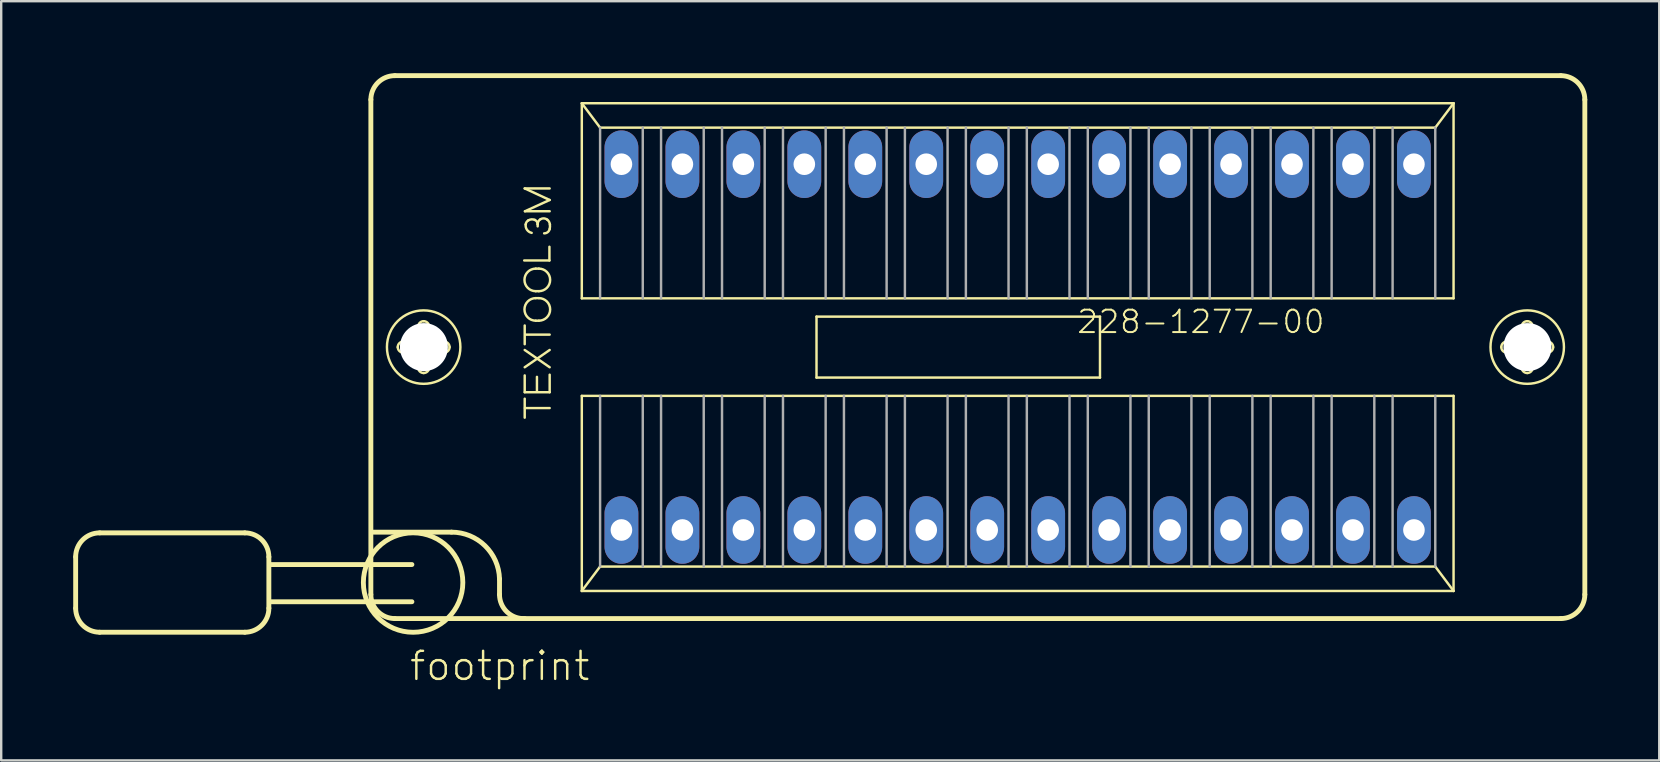
<source format=kicad_pcb>
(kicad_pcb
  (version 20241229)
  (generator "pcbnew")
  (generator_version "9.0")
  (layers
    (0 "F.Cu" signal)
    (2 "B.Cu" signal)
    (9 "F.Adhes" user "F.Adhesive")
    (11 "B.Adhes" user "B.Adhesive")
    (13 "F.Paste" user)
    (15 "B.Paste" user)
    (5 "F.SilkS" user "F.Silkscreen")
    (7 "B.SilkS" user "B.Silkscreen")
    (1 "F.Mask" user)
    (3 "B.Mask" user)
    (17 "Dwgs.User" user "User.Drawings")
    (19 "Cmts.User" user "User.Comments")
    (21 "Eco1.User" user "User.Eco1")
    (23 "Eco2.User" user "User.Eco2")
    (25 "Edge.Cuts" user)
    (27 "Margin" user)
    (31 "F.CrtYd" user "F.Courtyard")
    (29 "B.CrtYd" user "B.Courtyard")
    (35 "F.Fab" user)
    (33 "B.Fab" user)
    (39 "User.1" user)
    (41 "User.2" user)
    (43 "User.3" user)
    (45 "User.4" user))
  (footprint "footprint"
    (layer "F.Cu")
    (at 39.352 11.412)
    (property "Reference" "footprint" (at -25.4 13.97 0) (layer "F.SilkS") (effects (font (size 1.168 1.168) (thickness 0.102)) (justify left bottom)))
    (fp_line (start -39.25 8.74) (end -39.25 10.88) (stroke (width 0.203) (type solid)) (layer "F.SilkS"))
    (fp_line (start -38.25 7.74) (end -32.2 7.74) (stroke (width 0.203) (type solid)) (layer "F.SilkS"))
    (fp_line (start -32.2 11.88) (end -38.25 11.88) (stroke (width 0.203) (type solid)) (layer "F.SilkS"))
    (fp_line (start -31.2 8.74) (end -31.2 10.88) (stroke (width 0.203) (type solid)) (layer "F.SilkS"))
    (fp_line (start -26.95 10.31) (end -26.95 -10.31) (stroke (width 0.203) (type solid)) (layer "F.SilkS"))
    (fp_line (start -26.84 7.71) (end -23.59 7.71) (stroke (width 0.203) (type solid)) (layer "F.SilkS"))
    (fp_line (start -25.95 -11.31) (end 22.63 -11.31) (stroke (width 0.203) (type solid)) (layer "F.SilkS"))
    (fp_line (start -25.6 -0.23) (end -25.05 -0.23) (stroke (width 0.102) (type solid)) (layer "F.SilkS"))
    (fp_line (start -25.24 9.06) (end -31.15 9.06) (stroke (width 0.203) (type solid)) (layer "F.SilkS"))
    (fp_line (start -25.24 10.61) (end -31.15 10.61) (stroke (width 0.203) (type solid)) (layer "F.SilkS"))
    (fp_line (start -25.06 0.23) (end -25.6 0.23) (stroke (width 0.102) (type solid)) (layer "F.SilkS"))
    (fp_line (start -24.98 -0.31) (end -24.98 -0.85) (stroke (width 0.102) (type solid)) (layer "F.SilkS"))
    (fp_line (start -24.98 0.85) (end -24.98 0.3) (stroke (width 0.102) (type solid)) (layer "F.SilkS"))
    (fp_line (start -24.52 -0.85) (end -24.52 -0.3) (stroke (width 0.102) (type solid)) (layer "F.SilkS"))
    (fp_line (start -24.52 0.31) (end -24.52 0.85) (stroke (width 0.102) (type solid)) (layer "F.SilkS"))
    (fp_line (start -24.44 -0.23) (end -23.9 -0.23) (stroke (width 0.102) (type solid)) (layer "F.SilkS"))
    (fp_line (start -23.9 0.23) (end -24.45 0.23) (stroke (width 0.102) (type solid)) (layer "F.SilkS"))
    (fp_line (start -21.59 9.66) (end -21.59 10.31) (stroke (width 0.203) (type solid)) (layer "F.SilkS"))
    (fp_line (start -20.56 -3.61) (end -19.51 -3.61) (stroke (width 0.102) (type solid)) (layer "F.SilkS"))
    (fp_line (start -20.54 -6.61) (end -19.5 -6.61) (stroke (width 0.102) (type solid)) (layer "F.SilkS"))
    (fp_line (start -20.54 -0.12) (end -20.54 -0.9) (stroke (width 0.102) (type solid)) (layer "F.SilkS"))
    (fp_line (start -20.54 0.12) (end -19.5 0.84) (stroke (width 0.102) (type solid)) (layer "F.SilkS"))
    (fp_line (start -20.54 0.84) (end -19.5 0.12) (stroke (width 0.102) (type solid)) (layer "F.SilkS"))
    (fp_line (start -20.54 1.18) (end -20.54 1.88) (stroke (width 0.102) (type solid)) (layer "F.SilkS"))
    (fp_line (start -20.54 1.88) (end -19.5 1.88) (stroke (width 0.102) (type solid)) (layer "F.SilkS"))
    (fp_line (start -20.54 2.94) (end -20.54 2.15) (stroke (width 0.102) (type solid)) (layer "F.SilkS"))
    (fp_line (start -20.53 -5.66) (end -19.5 -6.13) (stroke (width 0.102) (type solid)) (layer "F.SilkS"))
    (fp_line (start -20.53 2.54) (end -19.5 2.54) (stroke (width 0.102) (type solid)) (layer "F.SilkS"))
    (fp_line (start -20.52 -0.52) (end -19.5 -0.52) (stroke (width 0.102) (type solid)) (layer "F.SilkS"))
    (fp_line (start -20.08 -3.27) (end -19.95 -3.27) (stroke (width 0.102) (type solid)) (layer "F.SilkS"))
    (fp_line (start -20.08 -2.33) (end -19.95 -2.33) (stroke (width 0.102) (type solid)) (layer "F.SilkS"))
    (fp_line (start -20.08 -2.04) (end -19.95 -2.04) (stroke (width 0.102) (type solid)) (layer "F.SilkS"))
    (fp_line (start -20.08 -1.1) (end -19.95 -1.1) (stroke (width 0.102) (type solid)) (layer "F.SilkS"))
    (fp_line (start -20.03 1.24) (end -20.03 1.84) (stroke (width 0.102) (type solid)) (layer "F.SilkS"))
    (fp_line (start -20 -5.03) (end -20 -5.12) (stroke (width 0.102) (type solid)) (layer "F.SilkS"))
    (fp_line (start -19.51 -3.61) (end -19.51 -4.18) (stroke (width 0.102) (type solid)) (layer "F.SilkS"))
    (fp_line (start -19.5 -6.13) (end -20.54 -6.61) (stroke (width 0.102) (type solid)) (layer "F.SilkS"))
    (fp_line (start -19.5 -5.66) (end -20.53 -5.66) (stroke (width 0.102) (type solid)) (layer "F.SilkS"))
    (fp_line (start -19.5 1.88) (end -19.5 1.15) (stroke (width 0.102) (type solid)) (layer "F.SilkS"))
    (fp_line (start -18.161 -10.16) (end 18.161 -10.16) (stroke (width 0.102) (type solid)) (layer "F.SilkS"))
    (fp_line (start -18.161 -2.032) (end -18.161 -10.16) (stroke (width 0.102) (type solid)) (layer "F.SilkS"))
    (fp_line (start -18.161 2.032) (end 18.161 2.032) (stroke (width 0.102) (type solid)) (layer "F.SilkS"))
    (fp_line (start -18.161 10.16) (end -18.161 2.032) (stroke (width 0.102) (type solid)) (layer "F.SilkS"))
    (fp_line (start -18.161 10.16) (end -17.399 9.144) (stroke (width 0.102) (type solid)) (layer "F.SilkS"))
    (fp_line (start -17.399 -9.144) (end -18.161 -10.16) (stroke (width 0.102) (type solid)) (layer "F.SilkS"))
    (fp_line (start -17.399 9.144) (end 17.399 9.144) (stroke (width 0.102) (type solid)) (layer "F.SilkS"))
    (fp_line (start -8.382 -1.27) (end 3.429 -1.27) (stroke (width 0.102) (type solid)) (layer "F.SilkS"))
    (fp_line (start -8.382 1.27) (end -8.382 -1.27) (stroke (width 0.102) (type solid)) (layer "F.SilkS"))
    (fp_line (start 3.429 -1.27) (end 3.429 1.27) (stroke (width 0.102) (type solid)) (layer "F.SilkS"))
    (fp_line (start 3.429 1.27) (end -8.382 1.27) (stroke (width 0.102) (type solid)) (layer "F.SilkS"))
    (fp_line (start 17.399 -9.144) (end -17.399 -9.144) (stroke (width 0.102) (type solid)) (layer "F.SilkS"))
    (fp_line (start 17.399 9.144) (end 18.161 10.16) (stroke (width 0.102) (type solid)) (layer "F.SilkS"))
    (fp_line (start 18.161 -10.16) (end 17.399 -9.144) (stroke (width 0.102) (type solid)) (layer "F.SilkS"))
    (fp_line (start 18.161 -10.16) (end 18.161 -2.032) (stroke (width 0.102) (type solid)) (layer "F.SilkS"))
    (fp_line (start 18.161 -2.032) (end -18.161 -2.032) (stroke (width 0.102) (type solid)) (layer "F.SilkS"))
    (fp_line (start 18.161 2.032) (end 18.161 10.16) (stroke (width 0.102) (type solid)) (layer "F.SilkS"))
    (fp_line (start 18.161 10.16) (end -18.161 10.16) (stroke (width 0.102) (type solid)) (layer "F.SilkS"))
    (fp_line (start 20.38 -0.23) (end 20.93 -0.23) (stroke (width 0.102) (type solid)) (layer "F.SilkS"))
    (fp_line (start 20.92 0.23) (end 20.38 0.23) (stroke (width 0.102) (type solid)) (layer "F.SilkS"))
    (fp_line (start 21 -0.31) (end 21 -0.85) (stroke (width 0.102) (type solid)) (layer "F.SilkS"))
    (fp_line (start 21 0.85) (end 21 0.3) (stroke (width 0.102) (type solid)) (layer "F.SilkS"))
    (fp_line (start 21.46 -0.85) (end 21.46 -0.3) (stroke (width 0.102) (type solid)) (layer "F.SilkS"))
    (fp_line (start 21.46 0.31) (end 21.46 0.85) (stroke (width 0.102) (type solid)) (layer "F.SilkS"))
    (fp_line (start 21.54 -0.23) (end 22.08 -0.23) (stroke (width 0.102) (type solid)) (layer "F.SilkS"))
    (fp_line (start 22.08 0.23) (end 21.53 0.23) (stroke (width 0.102) (type solid)) (layer "F.SilkS"))
    (fp_line (start 22.63 11.31) (end -25.95 11.31) (stroke (width 0.203) (type solid)) (layer "F.SilkS"))
    (fp_line (start 23.63 -10.31) (end 23.63 10.31) (stroke (width 0.203) (type solid)) (layer "F.SilkS"))
    (fp_arc (start -39.25 8.74) (mid -38.957107 8.032893) (end -38.25 7.74) (stroke (width 0.2032) (type solid)) (layer "F.SilkS"))
    (fp_arc (start -38.25 11.88) (mid -38.957107 11.587107) (end -39.25 10.88) (stroke (width 0.2032) (type solid)) (layer "F.SilkS"))
    (fp_arc (start -32.2 7.74) (mid -31.492893 8.032893) (end -31.2 8.74) (stroke (width 0.2032) (type solid)) (layer "F.SilkS"))
    (fp_arc (start -31.2 10.88) (mid -31.492893 11.587107) (end -32.2 11.88) (stroke (width 0.2032) (type solid)) (layer "F.SilkS"))
    (fp_arc (start -26.95 -10.31) (mid -26.657107 -11.017107) (end -25.95 -11.31) (stroke (width 0.2032) (type solid)) (layer "F.SilkS"))
    (fp_arc (start -25.95 11.31) (mid -26.657107 11.017107) (end -26.95 10.31) (stroke (width 0.2032) (type solid)) (layer "F.SilkS"))
    (fp_arc (start -25.83 0) (mid -25.762635 -0.162635) (end -25.6 -0.23) (stroke (width 0.1016) (type solid)) (layer "F.SilkS"))
    (fp_arc (start -25.6 0.23) (mid -25.762635 0.162635) (end -25.83 0) (stroke (width 0.1016) (type solid)) (layer "F.SilkS"))
    (fp_arc (start -25.06 0.23) (mid -25.010503 0.250503) (end -24.99 0.3) (stroke (width 0.1016) (type solid)) (layer "F.SilkS"))
    (fp_arc (start -24.98 -0.85) (mid -24.912635 -1.012635) (end -24.75 -1.08) (stroke (width 0.1016) (type solid)) (layer "F.SilkS"))
    (fp_arc (start -24.98 -0.3) (mid -25.000503 -0.250503) (end -25.05 -0.23) (stroke (width 0.1016) (type solid)) (layer "F.SilkS"))
    (fp_arc (start -24.75 -1.08) (mid -24.587365 -1.012635) (end -24.52 -0.85) (stroke (width 0.1016) (type solid)) (layer "F.SilkS"))
    (fp_arc (start -24.75 1.08) (mid -24.912635 1.012635) (end -24.98 0.85) (stroke (width 0.1016) (type solid)) (layer "F.SilkS"))
    (fp_arc (start -24.52 0.3) (mid -24.499497 0.250503) (end -24.45 0.23) (stroke (width 0.1016) (type solid)) (layer "F.SilkS"))
    (fp_arc (start -24.52 0.85) (mid -24.587365 1.012635) (end -24.75 1.08) (stroke (width 0.1016) (type solid)) (layer "F.SilkS"))
    (fp_arc (start -24.45 -0.23) (mid -24.499497 -0.250503) (end -24.52 -0.3) (stroke (width 0.1016) (type solid)) (layer "F.SilkS"))
    (fp_arc (start -23.9 -0.23) (mid -23.737365 -0.162635) (end -23.67 0) (stroke (width 0.1016) (type solid)) (layer "F.SilkS"))
    (fp_arc (start -23.67 0) (mid -23.737365 0.162635) (end -23.9 0.23) (stroke (width 0.1016) (type solid)) (layer "F.SilkS"))
    (fp_arc (start -23.59 7.71) (mid -22.193341 8.278169) (end -21.59 9.659998) (stroke (width 0.2032) (type solid)) (layer "F.SilkS"))
    (fp_arc (start -20.539998 11.309999) (mid -21.279284 11.035) (end -21.59 10.31) (stroke (width 0.2032) (type solid)) (layer "F.SilkS"))
    (fp_arc (start -20.5 -5.109999) (mid -20.464621 -5.207696) (end -20.39 -5.28) (stroke (width 0.1016) (type solid)) (layer "F.SilkS"))
    (fp_arc (start -20.39 -5.28) (mid -20.257382 -5.322157) (end -20.12 -5.3) (stroke (width 0.1016) (type solid)) (layer "F.SilkS"))
    (fp_arc (start -20.250001 -4.759999) (mid -20.44297 -4.88645) (end -20.5 -5.11) (stroke (width 0.1016) (type solid)) (layer "F.SilkS"))
    (fp_arc (start -20.120001 -5.299999) (mid -20.032751 -5.228166) (end -20 -5.12) (stroke (width 0.1016) (type solid)) (layer "F.SilkS"))
    (fp_arc (start -20.08 -2.33) (mid -20.55 -2.8) (end -20.08 -3.27) (stroke (width 0.1016) (type solid)) (layer "F.SilkS"))
    (fp_arc (start -20.08 -1.1) (mid -20.55 -1.57) (end -20.08 -2.04) (stroke (width 0.1016) (type solid)) (layer "F.SilkS"))
    (fp_arc (start -20 -5.12) (mid -19.96789 -5.240938) (end -19.879999 -5.330001) (stroke (width 0.1016) (type solid)) (layer "F.SilkS"))
    (fp_arc (start -19.95 -3.27) (mid -19.48 -2.8) (end -19.95 -2.33) (stroke (width 0.1016) (type solid)) (layer "F.SilkS"))
    (fp_arc (start -19.95 -2.04) (mid -19.48 -1.57) (end -19.95 -1.1) (stroke (width 0.1016) (type solid)) (layer "F.SilkS"))
    (fp_arc (start -19.88 -5.33) (mid -19.736885 -5.363595) (end -19.599999 -5.309999) (stroke (width 0.1016) (type solid)) (layer "F.SilkS"))
    (fp_arc (start -19.6 -5.31) (mid -19.525084 -5.220954) (end -19.49 -5.110001) (stroke (width 0.1016) (type solid)) (layer "F.SilkS"))
    (fp_arc (start -19.5 -4.92) (mid -19.582524 -4.788503) (end -19.73 -4.740001) (stroke (width 0.1016) (type solid)) (layer "F.SilkS"))
    (fp_arc (start -19.49 -5.11) (mid -19.487277 -5.014593) (end -19.5 -4.92) (stroke (width 0.1016) (type solid)) (layer "F.SilkS"))
    (fp_arc (start 20.15 0) (mid 20.217365 -0.162635) (end 20.38 -0.23) (stroke (width 0.1016) (type solid)) (layer "F.SilkS"))
    (fp_arc (start 20.38 0.23) (mid 20.217365 0.162635) (end 20.15 0) (stroke (width 0.1016) (type solid)) (layer "F.SilkS"))
    (fp_arc (start 20.92 0.23) (mid 20.969497 0.250503) (end 20.99 0.3) (stroke (width 0.1016) (type solid)) (layer "F.SilkS"))
    (fp_arc (start 21 -0.85) (mid 21.067365 -1.012635) (end 21.23 -1.08) (stroke (width 0.1016) (type solid)) (layer "F.SilkS"))
    (fp_arc (start 21 -0.3) (mid 20.979497 -0.250503) (end 20.93 -0.23) (stroke (width 0.1016) (type solid)) (layer "F.SilkS"))
    (fp_arc (start 21.23 -1.08) (mid 21.392635 -1.012635) (end 21.46 -0.85) (stroke (width 0.1016) (type solid)) (layer "F.SilkS"))
    (fp_arc (start 21.23 1.08) (mid 21.067365 1.012635) (end 21 0.85) (stroke (width 0.1016) (type solid)) (layer "F.SilkS"))
    (fp_arc (start 21.46 0.3) (mid 21.480503 0.250503) (end 21.53 0.23) (stroke (width 0.1016) (type solid)) (layer "F.SilkS"))
    (fp_arc (start 21.46 0.85) (mid 21.392635 1.012635) (end 21.23 1.08) (stroke (width 0.1016) (type solid)) (layer "F.SilkS"))
    (fp_arc (start 21.53 -0.23) (mid 21.480503 -0.250503) (end 21.46 -0.3) (stroke (width 0.1016) (type solid)) (layer "F.SilkS"))
    (fp_arc (start 22.08 -0.23) (mid 22.242635 -0.162635) (end 22.31 0) (stroke (width 0.1016) (type solid)) (layer "F.SilkS"))
    (fp_arc (start 22.31 0) (mid 22.242635 0.162635) (end 22.08 0.23) (stroke (width 0.1016) (type solid)) (layer "F.SilkS"))
    (fp_arc (start 22.63 -11.31) (mid 23.337107 -11.017107) (end 23.63 -10.31) (stroke (width 0.2032) (type solid)) (layer "F.SilkS"))
    (fp_arc (start 23.63 10.31) (mid 23.337107 11.017107) (end 22.63 11.31) (stroke (width 0.2032) (type solid)) (layer "F.SilkS"))
    (fp_circle (center -25.19 9.81) (end -23.118 9.81) (stroke (width 0.203) (type solid)) (fill no) (layer "F.SilkS"))
    (fp_circle (center -24.75 0) (end -23.22 0) (stroke (width 0.102) (type solid)) (fill no) (layer "F.SilkS"))
    (fp_circle (center 21.23 0) (end 22.76 0) (stroke (width 0.102) (type solid)) (fill no) (layer "F.SilkS"))
    (fp_line (start -17.399 -9.144) (end -17.399 -2.032) (stroke (width 0.102) (type solid)) (layer "F.Fab"))
    (fp_line (start -17.399 2.032) (end -17.399 9.144) (stroke (width 0.102) (type solid)) (layer "F.Fab"))
    (fp_line (start -15.621 -2.032) (end -15.621 -9.144) (stroke (width 0.102) (type solid)) (layer "F.Fab"))
    (fp_line (start -15.621 2.032) (end -15.621 9.144) (stroke (width 0.102) (type solid)) (layer "F.Fab"))
    (fp_line (start -14.859 -2.032) (end -14.859 -9.144) (stroke (width 0.102) (type solid)) (layer "F.Fab"))
    (fp_line (start -14.859 2.032) (end -14.859 9.144) (stroke (width 0.102) (type solid)) (layer "F.Fab"))
    (fp_line (start -13.081 -2.032) (end -13.081 -9.144) (stroke (width 0.102) (type solid)) (layer "F.Fab"))
    (fp_line (start -13.081 2.032) (end -13.081 9.144) (stroke (width 0.102) (type solid)) (layer "F.Fab"))
    (fp_line (start -12.319 -2.032) (end -12.319 -9.144) (stroke (width 0.102) (type solid)) (layer "F.Fab"))
    (fp_line (start -12.319 2.032) (end -12.319 9.144) (stroke (width 0.102) (type solid)) (layer "F.Fab"))
    (fp_line (start -10.541 -2.032) (end -10.541 -9.144) (stroke (width 0.102) (type solid)) (layer "F.Fab"))
    (fp_line (start -10.541 2.032) (end -10.541 9.144) (stroke (width 0.102) (type solid)) (layer "F.Fab"))
    (fp_line (start -9.779 -2.032) (end -9.779 -9.144) (stroke (width 0.102) (type solid)) (layer "F.Fab"))
    (fp_line (start -9.779 2.032) (end -9.779 9.144) (stroke (width 0.102) (type solid)) (layer "F.Fab"))
    (fp_line (start -8.001 -2.032) (end -8.001 -9.144) (stroke (width 0.102) (type solid)) (layer "F.Fab"))
    (fp_line (start -8.001 2.032) (end -8.001 9.144) (stroke (width 0.102) (type solid)) (layer "F.Fab"))
    (fp_line (start -7.239 -2.032) (end -7.239 -9.144) (stroke (width 0.102) (type solid)) (layer "F.Fab"))
    (fp_line (start -7.239 2.032) (end -7.239 9.144) (stroke (width 0.102) (type solid)) (layer "F.Fab"))
    (fp_line (start -5.461 -2.032) (end -5.461 -9.144) (stroke (width 0.102) (type solid)) (layer "F.Fab"))
    (fp_line (start -5.461 2.032) (end -5.461 9.144) (stroke (width 0.102) (type solid)) (layer "F.Fab"))
    (fp_line (start -4.699 -2.032) (end -4.699 -9.144) (stroke (width 0.102) (type solid)) (layer "F.Fab"))
    (fp_line (start -4.699 2.032) (end -4.699 9.144) (stroke (width 0.102) (type solid)) (layer "F.Fab"))
    (fp_line (start -2.921 -2.032) (end -2.921 -9.144) (stroke (width 0.102) (type solid)) (layer "F.Fab"))
    (fp_line (start -2.921 2.032) (end -2.921 9.144) (stroke (width 0.102) (type solid)) (layer "F.Fab"))
    (fp_line (start -2.159 -2.032) (end -2.159 -9.144) (stroke (width 0.102) (type solid)) (layer "F.Fab"))
    (fp_line (start -2.159 2.032) (end -2.159 9.144) (stroke (width 0.102) (type solid)) (layer "F.Fab"))
    (fp_line (start -0.381 -2.032) (end -0.381 -9.144) (stroke (width 0.102) (type solid)) (layer "F.Fab"))
    (fp_line (start -0.381 2.032) (end -0.381 9.144) (stroke (width 0.102) (type solid)) (layer "F.Fab"))
    (fp_line (start 0.381 -2.032) (end 0.381 -9.144) (stroke (width 0.102) (type solid)) (layer "F.Fab"))
    (fp_line (start 0.381 2.032) (end 0.381 9.144) (stroke (width 0.102) (type solid)) (layer "F.Fab"))
    (fp_line (start 2.159 -2.032) (end 2.159 -9.144) (stroke (width 0.102) (type solid)) (layer "F.Fab"))
    (fp_line (start 2.159 2.032) (end 2.159 9.144) (stroke (width 0.102) (type solid)) (layer "F.Fab"))
    (fp_line (start 2.921 -2.032) (end 2.921 -9.144) (stroke (width 0.102) (type solid)) (layer "F.Fab"))
    (fp_line (start 2.921 2.032) (end 2.921 9.144) (stroke (width 0.102) (type solid)) (layer "F.Fab"))
    (fp_line (start 4.699 -2.032) (end 4.699 -9.144) (stroke (width 0.102) (type solid)) (layer "F.Fab"))
    (fp_line (start 4.699 2.032) (end 4.699 9.144) (stroke (width 0.102) (type solid)) (layer "F.Fab"))
    (fp_line (start 5.461 -2.032) (end 5.461 -9.144) (stroke (width 0.102) (type solid)) (layer "F.Fab"))
    (fp_line (start 5.461 2.032) (end 5.461 9.144) (stroke (width 0.102) (type solid)) (layer "F.Fab"))
    (fp_line (start 7.239 -2.032) (end 7.239 -9.144) (stroke (width 0.102) (type solid)) (layer "F.Fab"))
    (fp_line (start 7.239 2.032) (end 7.239 9.144) (stroke (width 0.102) (type solid)) (layer "F.Fab"))
    (fp_line (start 8.001 -2.032) (end 8.001 -9.144) (stroke (width 0.102) (type solid)) (layer "F.Fab"))
    (fp_line (start 8.001 2.032) (end 8.001 9.144) (stroke (width 0.102) (type solid)) (layer "F.Fab"))
    (fp_line (start 9.779 -2.032) (end 9.779 -9.144) (stroke (width 0.102) (type solid)) (layer "F.Fab"))
    (fp_line (start 9.779 2.032) (end 9.779 9.144) (stroke (width 0.102) (type solid)) (layer "F.Fab"))
    (fp_line (start 10.541 -2.032) (end 10.541 -9.144) (stroke (width 0.102) (type solid)) (layer "F.Fab"))
    (fp_line (start 10.541 2.032) (end 10.541 9.144) (stroke (width 0.102) (type solid)) (layer "F.Fab"))
    (fp_line (start 12.319 -2.032) (end 12.319 -9.144) (stroke (width 0.102) (type solid)) (layer "F.Fab"))
    (fp_line (start 12.319 2.032) (end 12.319 9.144) (stroke (width 0.102) (type solid)) (layer "F.Fab"))
    (fp_line (start 13.081 -2.032) (end 13.081 -9.144) (stroke (width 0.102) (type solid)) (layer "F.Fab"))
    (fp_line (start 13.081 2.032) (end 13.081 9.144) (stroke (width 0.102) (type solid)) (layer "F.Fab"))
    (fp_line (start 14.859 -2.032) (end 14.859 -9.144) (stroke (width 0.102) (type solid)) (layer "F.Fab"))
    (fp_line (start 14.859 2.032) (end 14.859 9.144) (stroke (width 0.102) (type solid)) (layer "F.Fab"))
    (fp_line (start 15.621 -2.032) (end 15.621 -9.144) (stroke (width 0.102) (type solid)) (layer "F.Fab"))
    (fp_line (start 15.621 2.032) (end 15.621 9.144) (stroke (width 0.102) (type solid)) (layer "F.Fab"))
    (fp_line (start 17.399 -2.032) (end 17.399 -9.144) (stroke (width 0.102) (type solid)) (layer "F.Fab"))
    (fp_line (start 17.399 9.144) (end 17.399 2.032) (stroke (width 0.102) (type solid)) (layer "F.Fab"))
    (fp_text user "228-1277-00" (at 2.413 -0.508 180) (layer "F.SilkS") (effects (font (size 0.935 0.935) (thickness 0.081)) (justify left bottom)))
    (pad "" np_thru_hole circle (at -24.74 0) (size 2 2) (drill 2) (layers "*.Cu" "*.Mask"))
    (pad "" np_thru_hole circle (at 21.24 0) (size 2 2) (drill 2) (layers "*.Cu" "*.Mask"))
    (pad "1" thru_hole oval (at -16.51 7.62 90) (size 2.816 1.408) (drill 0.9) (layers "*.Cu" "*.Mask"))
    (pad "2" thru_hole oval (at -13.97 7.62 90) (size 2.816 1.408) (drill 0.9) (layers "*.Cu" "*.Mask"))
    (pad "3" thru_hole oval (at -11.43 7.62 90) (size 2.816 1.408) (drill 0.9) (layers "*.Cu" "*.Mask"))
    (pad "4" thru_hole oval (at -8.89 7.62 90) (size 2.816 1.408) (drill 0.9) (layers "*.Cu" "*.Mask"))
    (pad "5" thru_hole oval (at -6.35 7.62 90) (size 2.816 1.408) (drill 0.9) (layers "*.Cu" "*.Mask"))
    (pad "6" thru_hole oval (at -3.81 7.62 90) (size 2.816 1.408) (drill 0.9) (layers "*.Cu" "*.Mask"))
    (pad "7" thru_hole oval (at -1.27 7.62 90) (size 2.816 1.408) (drill 0.9) (layers "*.Cu" "*.Mask"))
    (pad "8" thru_hole oval (at 1.27 7.62 90) (size 2.816 1.408) (drill 0.9) (layers "*.Cu" "*.Mask"))
    (pad "9" thru_hole oval (at 3.81 7.62 90) (size 2.816 1.408) (drill 0.9) (layers "*.Cu" "*.Mask"))
    (pad "10" thru_hole oval (at 6.35 7.62 90) (size 2.816 1.408) (drill 0.9) (layers "*.Cu" "*.Mask"))
    (pad "11" thru_hole oval (at 8.89 7.62 90) (size 2.816 1.408) (drill 0.9) (layers "*.Cu" "*.Mask"))
    (pad "12" thru_hole oval (at 11.43 7.62 90) (size 2.816 1.408) (drill 0.9) (layers "*.Cu" "*.Mask"))
    (pad "13" thru_hole oval (at 13.97 7.62 90) (size 2.816 1.408) (drill 0.9) (layers "*.Cu" "*.Mask"))
    (pad "14" thru_hole oval (at 16.51 7.62 90) (size 2.816 1.408) (drill 0.9) (layers "*.Cu" "*.Mask"))
    (pad "15" thru_hole oval (at 16.51 -7.62 90) (size 2.816 1.408) (drill 0.9) (layers "*.Cu" "*.Mask"))
    (pad "16" thru_hole oval (at 13.97 -7.62 90) (size 2.816 1.408) (drill 0.9) (layers "*.Cu" "*.Mask"))
    (pad "17" thru_hole oval (at 11.43 -7.62 90) (size 2.816 1.408) (drill 0.9) (layers "*.Cu" "*.Mask"))
    (pad "18" thru_hole oval (at 8.89 -7.62 90) (size 2.816 1.408) (drill 0.9) (layers "*.Cu" "*.Mask"))
    (pad "19" thru_hole oval (at 6.35 -7.62 90) (size 2.816 1.408) (drill 0.9) (layers "*.Cu" "*.Mask"))
    (pad "20" thru_hole oval (at 3.81 -7.62 90) (size 2.816 1.408) (drill 0.9) (layers "*.Cu" "*.Mask"))
    (pad "21" thru_hole oval (at 1.27 -7.62 90) (size 2.816 1.408) (drill 0.9) (layers "*.Cu" "*.Mask"))
    (pad "22" thru_hole oval (at -1.27 -7.62 90) (size 2.816 1.408) (drill 0.9) (layers "*.Cu" "*.Mask"))
    (pad "23" thru_hole oval (at -3.81 -7.62 90) (size 2.816 1.408) (drill 0.9) (layers "*.Cu" "*.Mask"))
    (pad "24" thru_hole oval (at -6.35 -7.62 90) (size 2.816 1.408) (drill 0.9) (layers "*.Cu" "*.Mask"))
    (pad "25" thru_hole oval (at -8.89 -7.62 90) (size 2.816 1.408) (drill 0.9) (layers "*.Cu" "*.Mask"))
    (pad "26" thru_hole oval (at -11.43 -7.62 90) (size 2.816 1.408) (drill 0.9) (layers "*.Cu" "*.Mask"))
    (pad "27" thru_hole oval (at -13.97 -7.62 90) (size 2.816 1.408) (drill 0.9) (layers "*.Cu" "*.Mask"))
    (pad "28" thru_hole oval (at -16.51 -7.62 90) (size 2.816 1.408) (drill 0.9) (layers "*.Cu" "*.Mask")))
  (gr_rect
    (start -3 -3)
    (end 66.083 28.632)
    (stroke (width 0.1) (type default))
    (fill no)
    (layer "Edge.Cuts")))
</source>
